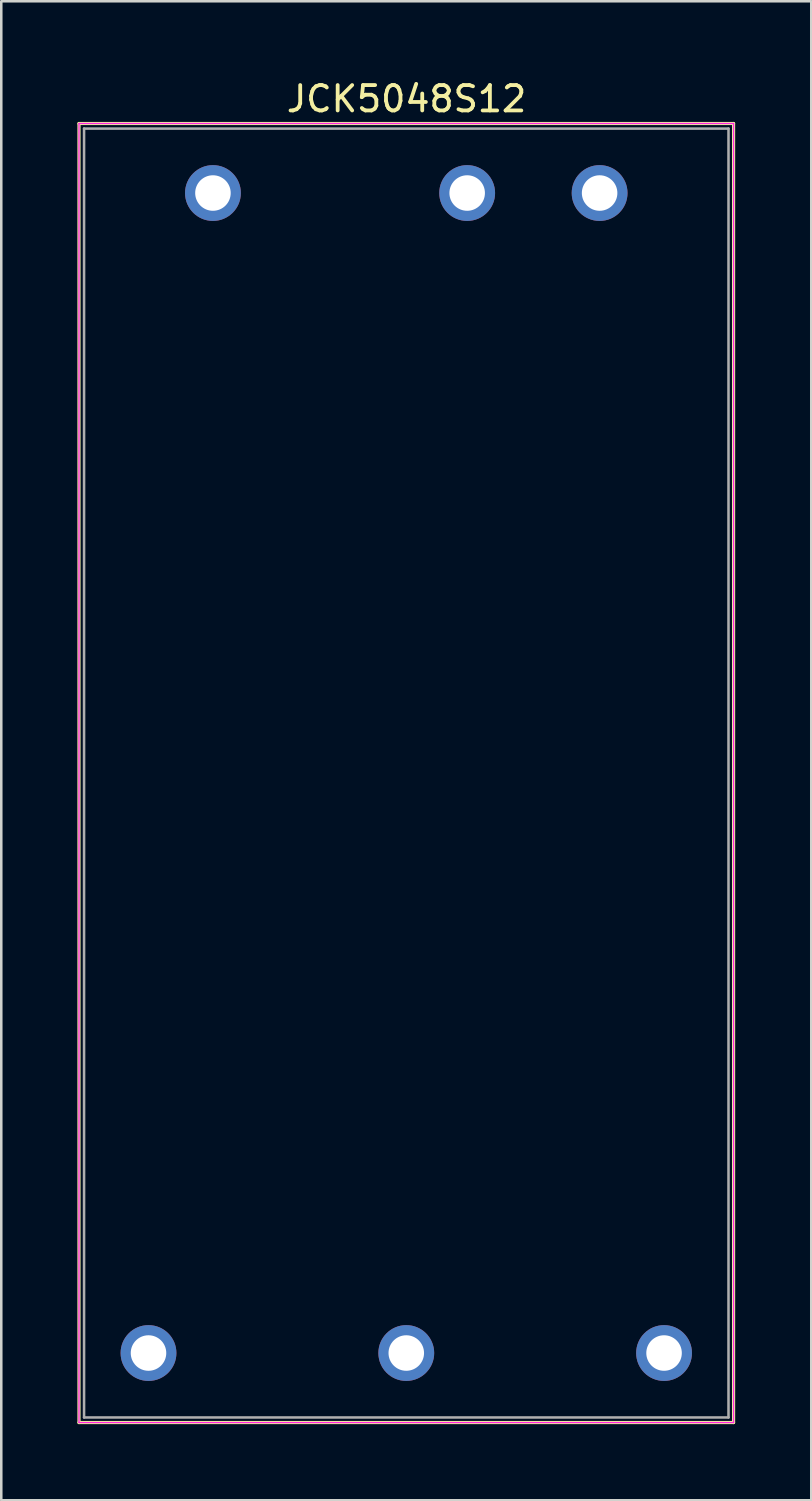
<source format=kicad_pcb>
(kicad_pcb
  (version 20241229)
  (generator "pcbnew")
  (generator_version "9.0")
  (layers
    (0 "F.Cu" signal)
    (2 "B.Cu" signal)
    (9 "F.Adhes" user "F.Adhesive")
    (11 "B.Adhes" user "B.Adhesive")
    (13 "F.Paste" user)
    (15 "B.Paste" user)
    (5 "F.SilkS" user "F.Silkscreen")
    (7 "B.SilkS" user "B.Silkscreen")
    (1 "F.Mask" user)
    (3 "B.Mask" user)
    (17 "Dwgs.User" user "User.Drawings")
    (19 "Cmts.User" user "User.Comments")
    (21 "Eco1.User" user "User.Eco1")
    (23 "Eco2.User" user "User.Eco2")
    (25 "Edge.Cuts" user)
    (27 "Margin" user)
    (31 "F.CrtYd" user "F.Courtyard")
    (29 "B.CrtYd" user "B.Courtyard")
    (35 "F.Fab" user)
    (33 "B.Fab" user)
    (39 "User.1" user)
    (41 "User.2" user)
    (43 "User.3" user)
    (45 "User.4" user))
  (footprint "JCK5048S12"
    (layer "F.Cu")
    (at 12.963 27.418)
    (property "Reference" "JCK5048S12" (at 0.01 -26.57 0) (layer "F.SilkS") (effects (font (size 1 1) (thickness 0.15))))
    (attr through_hole)
    (fp_line (start -12.9 25.6) (end -12.9 -25.6) (stroke (width 0.125) (type solid)) (layer "F.SilkS"))
    (fp_line (start 12.9 -25.6) (end -12.9 -25.6) (stroke (width 0.125) (type solid)) (layer "F.SilkS"))
    (fp_line (start 12.9 25.6) (end -12.9 25.6) (stroke (width 0.125) (type solid)) (layer "F.SilkS"))
    (fp_line (start 12.9 25.6) (end 12.9 -25.6) (stroke (width 0.125) (type solid)) (layer "F.SilkS"))
    (fp_line (start -12.9 25.6) (end -12.9 -25.6) (stroke (width 0.05) (type solid)) (layer "F.CrtYd"))
    (fp_line (start 12.9 -25.6) (end -12.9 -25.6) (stroke (width 0.05) (type solid)) (layer "F.CrtYd"))
    (fp_line (start 12.9 25.6) (end -12.9 25.6) (stroke (width 0.05) (type solid)) (layer "F.CrtYd"))
    (fp_line (start 12.9 25.6) (end 12.9 -25.6) (stroke (width 0.05) (type solid)) (layer "F.CrtYd"))
    (fp_line (start -12.7 25.4) (end -12.7 -25.4) (stroke (width 0.1) (type solid)) (layer "F.Fab"))
    (fp_line (start 12.7 -25.4) (end -12.7 -25.4) (stroke (width 0.1) (type solid)) (layer "F.Fab"))
    (fp_line (start 12.7 25.4) (end -12.7 25.4) (stroke (width 0.1) (type solid)) (layer "F.Fab"))
    (fp_line (start 12.7 25.4) (end 12.7 -25.4) (stroke (width 0.1) (type solid)) (layer "F.Fab"))
    (pad "1" thru_hole circle (at -7.62 -22.86 180) (size 2.2 2.2) (drill 1.4) (layers "*.Cu" "*.Paste" "*.Mask"))
    (pad "2" thru_hole circle (at 2.4 -22.86 180) (size 2.2 2.2) (drill 1.4) (layers "*.Cu" "*.Paste" "*.Mask"))
    (pad "3" thru_hole circle (at 7.62 -22.86 180) (size 2.2 2.2) (drill 1.4) (layers "*.Cu" "*.Paste" "*.Mask"))
    (pad "4" thru_hole circle (at -10.16 22.86 180) (size 2.2 2.2) (drill 1.4) (layers "*.Cu" "*.Paste" "*.Mask"))
    (pad "5" thru_hole circle (at 0 22.86 180) (size 2.2 2.2) (drill 1.4) (layers "*.Cu" "*.Paste" "*.Mask"))
    (pad "6" thru_hole circle (at 10.16 22.86 180) (size 2.2 2.2) (drill 1.4) (layers "*.Cu" "*.Paste" "*.Mask")))
  (gr_rect
    (start -3 -3)
    (end 28.925 56.081)
    (stroke (width 0.1) (type default))
    (fill no)
    (layer "Edge.Cuts")))
</source>
